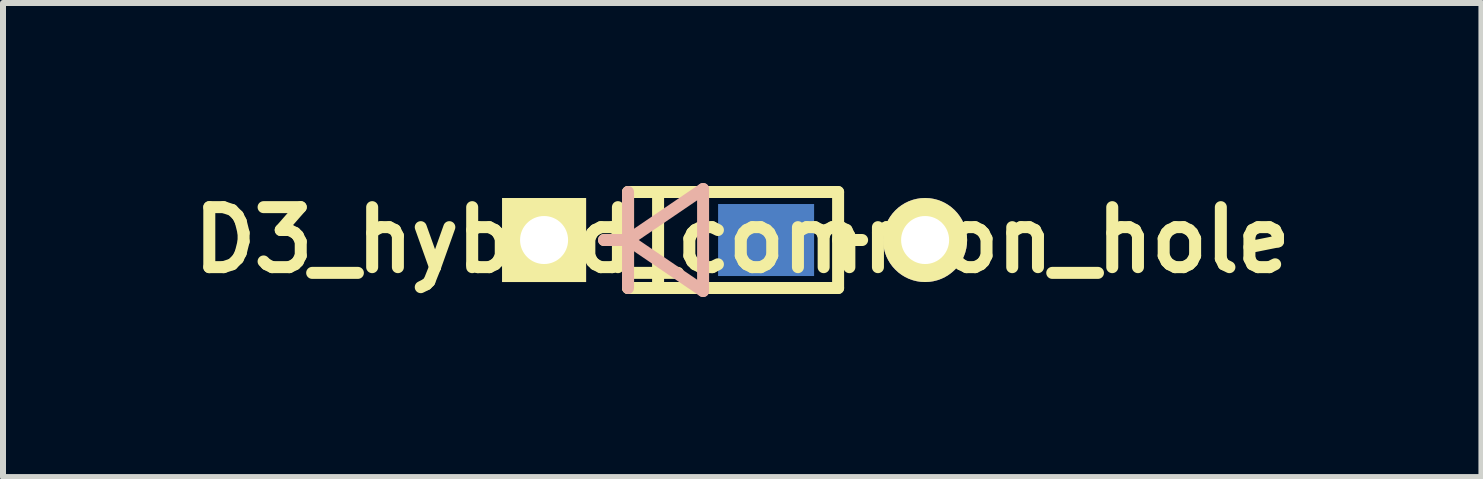
<source format=kicad_pcb>
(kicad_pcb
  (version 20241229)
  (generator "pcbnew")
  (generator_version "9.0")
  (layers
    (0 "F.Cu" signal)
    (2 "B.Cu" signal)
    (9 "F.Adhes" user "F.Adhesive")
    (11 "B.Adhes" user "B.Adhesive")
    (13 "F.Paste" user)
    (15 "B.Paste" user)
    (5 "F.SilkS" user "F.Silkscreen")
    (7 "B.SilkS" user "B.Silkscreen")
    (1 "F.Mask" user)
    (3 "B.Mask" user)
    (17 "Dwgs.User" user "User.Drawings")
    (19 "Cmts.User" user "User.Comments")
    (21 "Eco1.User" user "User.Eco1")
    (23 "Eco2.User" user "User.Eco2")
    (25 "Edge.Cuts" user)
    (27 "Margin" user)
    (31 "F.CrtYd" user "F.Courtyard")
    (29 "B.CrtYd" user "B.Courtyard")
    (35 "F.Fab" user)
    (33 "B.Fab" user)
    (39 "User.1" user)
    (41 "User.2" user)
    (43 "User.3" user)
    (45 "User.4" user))
  (footprint "D3_hybrid_common_hole"
    (layer "F.Cu")
    (at 6.017 0.95)
    (property "Reference" "D3_hybrid_common_hole" (at 3.302 0 0) (layer "F.SilkS") (effects (font (size 1 1) (thickness 0.2))))
    (attr through_hole)
    (fp_line (start 1.4 -0.8) (end 4.9 -0.8) (stroke (width 0.2) (type solid)) (layer "F.SilkS"))
    (fp_line (start 1.4 0) (end 1 0) (stroke (width 0.2) (type solid)) (layer "F.SilkS"))
    (fp_line (start 1.4 0.8) (end 1.4 -0.8) (stroke (width 0.2) (type solid)) (layer "F.SilkS"))
    (fp_line (start 1.9 -0.8) (end 1.9 0.8) (stroke (width 0.2) (type solid)) (layer "F.SilkS"))
    (fp_line (start 4.9 -0.8) (end 4.9 0.8) (stroke (width 0.2) (type solid)) (layer "F.SilkS"))
    (fp_line (start 4.9 0) (end 5.3 0) (stroke (width 0.2) (type solid)) (layer "F.SilkS"))
    (fp_line (start 4.9 0.8) (end 1.4 0.8) (stroke (width 0.2) (type solid)) (layer "F.SilkS"))
    (fp_line (start 1.399 -0.8) (end 1.399 0.8) (stroke (width 0.2) (type solid)) (layer "B.SilkS"))
    (fp_line (start 1.399 0) (end 0.999 0) (stroke (width 0.2) (type solid)) (layer "B.SilkS"))
    (fp_line (start 1.4 0) (end 2.65 -0.85) (stroke (width 0.2) (type solid)) (layer "B.SilkS"))
    (fp_line (start 1.4 0) (end 2.65 0.85) (stroke (width 0.2) (type solid)) (layer "B.SilkS"))
    (fp_line (start 2.65 -0.85) (end 2.65 0.85) (stroke (width 0.2) (type solid)) (layer "B.SilkS"))
    (pad "1" thru_hole rect (at 0 0) (size 1.4 1.4) (drill 0.8) (layers "*.Cu" "*.Mask" "F.SilkS"))
    (pad "2" smd rect (at 3.7 0) (size 1.6 1.2) (layers "B.Cu" "B.Mask" "B.Paste"))
    (pad "2" thru_hole circle (at 6.35 0) (size 1.4 1.4) (drill 0.8) (layers "*.Cu" "*.Mask" "F.SilkS")))
  (gr_rect
    (start -3 -3)
    (end 21.638 4.9)
    (stroke (width 0.1) (type default))
    (fill no)
    (layer "Edge.Cuts")))
</source>
